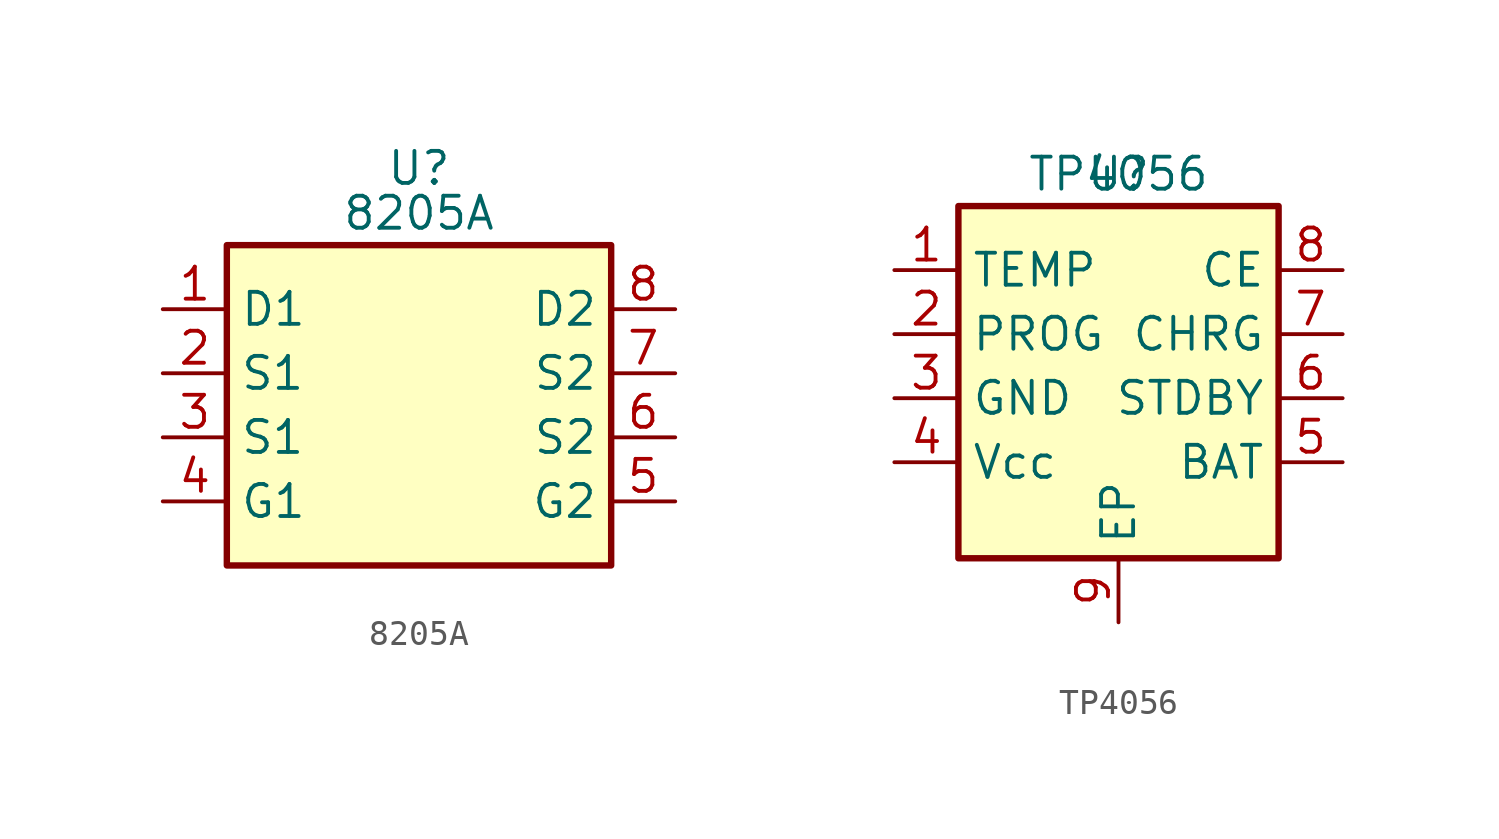
<source format=kicad_sym>
(kicad_symbol_lib
  (version 20231120)
  (generator "kicad_symbol_editor")
  (generator_version "8.0")
  (symbol "8205A"
    (property "Reference" "U"
      (at 0 1.778 0)
      (effects (font (size 1.27 1.27))))
    (property "Value" "8205A"
      (at 0 0 0)
      (effects (font (size 1.27 1.27))))
    (symbol "8205A_1_1"
      (rectangle (start -7.62 -1.27) (end 7.62 -13.97) (stroke (width 0.254) (type default)) (fill (type background)))
      (pin input line (at -10.16 -3.81 0) (length 2.54) (name "D1" (effects (font (size 1.27 1.27)))) (number "1" (effects (font (size 1.27 1.27)))))
      (pin input line (at -10.16 -6.35 0) (length 2.54) (name "S1" (effects (font (size 1.27 1.27)))) (number "2" (effects (font (size 1.27 1.27)))))
      (pin input line (at -10.16 -8.89 0) (length 2.54) (name "S1" (effects (font (size 1.27 1.27)))) (number "3" (effects (font (size 1.27 1.27)))))
      (pin input line (at -10.16 -11.43 0) (length 2.54) (name "G1" (effects (font (size 1.27 1.27)))) (number "4" (effects (font (size 1.27 1.27)))))
      (pin input line (at 10.16 -11.43 180) (length 2.54) (name "G2" (effects (font (size 1.27 1.27)))) (number "5" (effects (font (size 1.27 1.27)))))
      (pin input line (at 10.16 -8.89 180) (length 2.54) (name "S2" (effects (font (size 1.27 1.27)))) (number "6" (effects (font (size 1.27 1.27)))))
      (pin input line (at 10.16 -6.35 180) (length 2.54) (name "S2" (effects (font (size 1.27 1.27)))) (number "7" (effects (font (size 1.27 1.27)))))
      (pin input line (at 10.16 -3.81 180) (length 2.54) (name "D2" (effects (font (size 1.27 1.27)))) (number "8" (effects (font (size 1.27 1.27)))))))
  (symbol "TP4056"
    (property "Reference" "U"
      (at 0 0 0)
      (effects (font (size 1.27 1.27))))
    (property "Value" "TP4056"
      (at 0 0 0)
      (effects (font (size 1.27 1.27))))
    (symbol "TP4056_1_1"
      (rectangle (start -6.35 -1.27) (end 6.35 -15.24) (stroke (width 0.254) (type default)) (fill (type background)))
      (pin input line (at -8.89 -3.81 0) (length 2.54) (name "TEMP" (effects (font (size 1.27 1.27)))) (number "1" (effects (font (size 1.27 1.27)))))
      (pin input line (at -8.89 -6.35 0) (length 2.54) (name "PROG" (effects (font (size 1.27 1.27)))) (number "2" (effects (font (size 1.27 1.27)))))
      (pin power_in line (at -8.89 -8.89 0) (length 2.54) (name "GND" (effects (font (size 1.27 1.27)))) (number "3" (effects (font (size 1.27 1.27)))))
      (pin power_in line (at -8.89 -11.43 0) (length 2.54) (name "Vcc" (effects (font (size 1.27 1.27)))) (number "4" (effects (font (size 1.27 1.27)))))
      (pin input line (at 8.89 -11.43 180) (length 2.54) (name "BAT" (effects (font (size 1.27 1.27)))) (number "5" (effects (font (size 1.27 1.27)))))
      (pin input line (at 8.89 -8.89 180) (length 2.54) (name "STDBY" (effects (font (size 1.27 1.27)))) (number "6" (effects (font (size 1.27 1.27)))))
      (pin input line (at 8.89 -6.35 180) (length 2.54) (name "CHRG" (effects (font (size 1.27 1.27)))) (number "7" (effects (font (size 1.27 1.27)))))
      (pin input line (at 8.89 -3.81 180) (length 2.54) (name "CE" (effects (font (size 1.27 1.27)))) (number "8" (effects (font (size 1.27 1.27)))))
      (pin input line (at 0 -17.78 90) (length 2.54) (name "EP" (effects (font (size 1.27 1.27)))) (number "9" (effects (font (size 1.27 1.27))))))))
</source>
